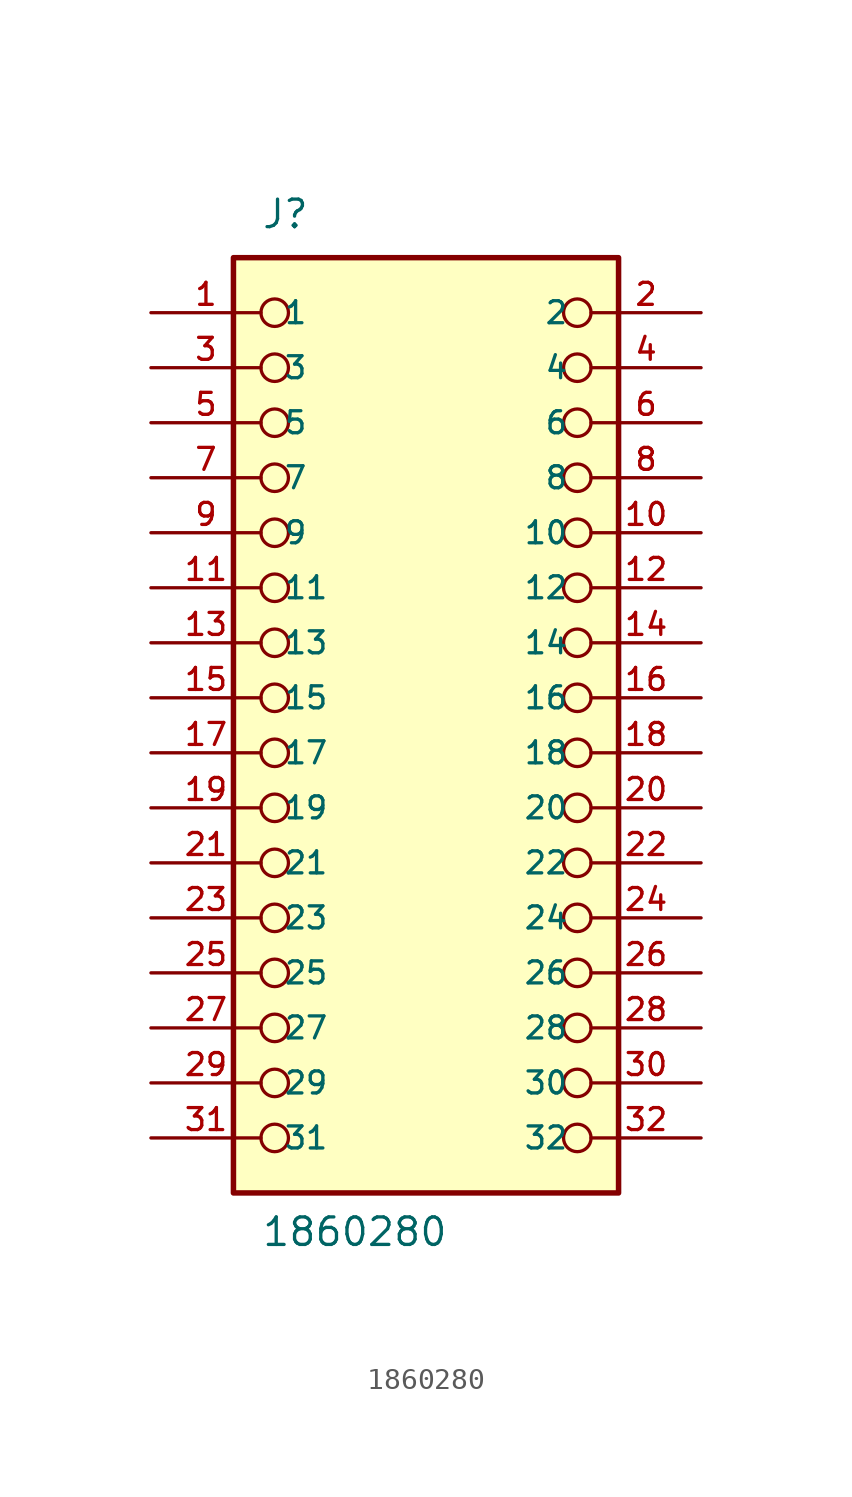
<source format=kicad_sym>
(kicad_symbol_lib
  (version 20211014)
  (generator kicad_symbol_editor)
  (symbol "1860280"
    (pin_names
      (offset 1.016))
    (property "Reference" "J"
      (at -7.62 21.59 0)
      (effects (font (size 1.27 1.27)) (justify bottom left)))
    (property "Value" "1860280"
      (at -7.62 -25.4 0)
      (effects (font (size 1.27 1.27)) (justify bottom left)))
    (symbol "1860280_0_0"
      (circle (center -6.985 17.78) (radius 0.635) (stroke (width 0.152)) (fill (type none)))
      (circle (center 6.985 17.78) (radius 0.635) (stroke (width 0.152)) (fill (type none)))
      (circle (center -6.985 15.24) (radius 0.635) (stroke (width 0.152)) (fill (type none)))
      (circle (center 6.985 15.24) (radius 0.635) (stroke (width 0.152)) (fill (type none)))
      (circle (center -6.985 12.7) (radius 0.635) (stroke (width 0.152)) (fill (type none)))
      (circle (center 6.985 12.7) (radius 0.635) (stroke (width 0.152)) (fill (type none)))
      (circle (center -6.985 10.16) (radius 0.635) (stroke (width 0.152)) (fill (type none)))
      (circle (center 6.985 10.16) (radius 0.635) (stroke (width 0.152)) (fill (type none)))
      (circle (center -6.985 7.62) (radius 0.635) (stroke (width 0.152)) (fill (type none)))
      (circle (center 6.985 7.62) (radius 0.635) (stroke (width 0.152)) (fill (type none)))
      (circle (center -6.985 5.08) (radius 0.635) (stroke (width 0.152)) (fill (type none)))
      (circle (center 6.985 5.08) (radius 0.635) (stroke (width 0.152)) (fill (type none)))
      (circle (center -6.985 2.54) (radius 0.635) (stroke (width 0.152)) (fill (type none)))
      (circle (center 6.985 2.54) (radius 0.635) (stroke (width 0.152)) (fill (type none)))
      (circle (center -6.985 0.0) (radius 0.635) (stroke (width 0.152)) (fill (type none)))
      (circle (center 6.985 0.0) (radius 0.635) (stroke (width 0.152)) (fill (type none)))
      (circle (center -6.985 -2.54) (radius 0.635) (stroke (width 0.152)) (fill (type none)))
      (circle (center 6.985 -2.54) (radius 0.635) (stroke (width 0.152)) (fill (type none)))
      (circle (center -6.985 -5.08) (radius 0.635) (stroke (width 0.152)) (fill (type none)))
      (circle (center 6.985 -5.08) (radius 0.635) (stroke (width 0.152)) (fill (type none)))
      (circle (center -6.985 -7.62) (radius 0.635) (stroke (width 0.152)) (fill (type none)))
      (circle (center 6.985 -7.62) (radius 0.635) (stroke (width 0.152)) (fill (type none)))
      (circle (center -6.985 -10.16) (radius 0.635) (stroke (width 0.152)) (fill (type none)))
      (circle (center 6.985 -10.16) (radius 0.635) (stroke (width 0.152)) (fill (type none)))
      (circle (center -6.985 -12.7) (radius 0.635) (stroke (width 0.152)) (fill (type none)))
      (circle (center 6.985 -12.7) (radius 0.635) (stroke (width 0.152)) (fill (type none)))
      (circle (center -6.985 -15.24) (radius 0.635) (stroke (width 0.152)) (fill (type none)))
      (circle (center 6.985 -15.24) (radius 0.635) (stroke (width 0.152)) (fill (type none)))
      (circle (center -6.985 -17.78) (radius 0.635) (stroke (width 0.152)) (fill (type none)))
      (circle (center 6.985 -17.78) (radius 0.635) (stroke (width 0.152)) (fill (type none)))
      (circle (center -6.985 -20.32) (radius 0.635) (stroke (width 0.152)) (fill (type none)))
      (circle (center 6.985 -20.32) (radius 0.635) (stroke (width 0.152)) (fill (type none)))
      (rectangle (start -8.89 -22.86) (end 8.89 20.32) (stroke (width 0.254)) (fill (type background)))
      (pin passive line (at -12.7 17.78 0) (length 5.08) (name "1" (effects (font (size 1.016 1.016)))) (number "1" (effects (font (size 1.016 1.016)))))
      (pin passive line (at 12.7 17.78 180.0) (length 5.08) (name "2" (effects (font (size 1.016 1.016)))) (number "2" (effects (font (size 1.016 1.016)))))
      (pin passive line (at -12.7 15.24 0) (length 5.08) (name "3" (effects (font (size 1.016 1.016)))) (number "3" (effects (font (size 1.016 1.016)))))
      (pin passive line (at 12.7 15.24 180.0) (length 5.08) (name "4" (effects (font (size 1.016 1.016)))) (number "4" (effects (font (size 1.016 1.016)))))
      (pin passive line (at -12.7 12.7 0) (length 5.08) (name "5" (effects (font (size 1.016 1.016)))) (number "5" (effects (font (size 1.016 1.016)))))
      (pin passive line (at 12.7 12.7 180.0) (length 5.08) (name "6" (effects (font (size 1.016 1.016)))) (number "6" (effects (font (size 1.016 1.016)))))
      (pin passive line (at -12.7 10.16 0) (length 5.08) (name "7" (effects (font (size 1.016 1.016)))) (number "7" (effects (font (size 1.016 1.016)))))
      (pin passive line (at 12.7 10.16 180.0) (length 5.08) (name "8" (effects (font (size 1.016 1.016)))) (number "8" (effects (font (size 1.016 1.016)))))
      (pin passive line (at -12.7 7.62 0) (length 5.08) (name "9" (effects (font (size 1.016 1.016)))) (number "9" (effects (font (size 1.016 1.016)))))
      (pin passive line (at 12.7 7.62 180.0) (length 5.08) (name "10" (effects (font (size 1.016 1.016)))) (number "10" (effects (font (size 1.016 1.016)))))
      (pin passive line (at -12.7 5.08 0) (length 5.08) (name "11" (effects (font (size 1.016 1.016)))) (number "11" (effects (font (size 1.016 1.016)))))
      (pin passive line (at 12.7 5.08 180.0) (length 5.08) (name "12" (effects (font (size 1.016 1.016)))) (number "12" (effects (font (size 1.016 1.016)))))
      (pin passive line (at -12.7 2.54 0) (length 5.08) (name "13" (effects (font (size 1.016 1.016)))) (number "13" (effects (font (size 1.016 1.016)))))
      (pin passive line (at 12.7 2.54 180.0) (length 5.08) (name "14" (effects (font (size 1.016 1.016)))) (number "14" (effects (font (size 1.016 1.016)))))
      (pin passive line (at -12.7 0.0 0) (length 5.08) (name "15" (effects (font (size 1.016 1.016)))) (number "15" (effects (font (size 1.016 1.016)))))
      (pin passive line (at 12.7 0.0 180.0) (length 5.08) (name "16" (effects (font (size 1.016 1.016)))) (number "16" (effects (font (size 1.016 1.016)))))
      (pin passive line (at -12.7 -2.54 0) (length 5.08) (name "17" (effects (font (size 1.016 1.016)))) (number "17" (effects (font (size 1.016 1.016)))))
      (pin passive line (at 12.7 -2.54 180.0) (length 5.08) (name "18" (effects (font (size 1.016 1.016)))) (number "18" (effects (font (size 1.016 1.016)))))
      (pin passive line (at -12.7 -5.08 0) (length 5.08) (name "19" (effects (font (size 1.016 1.016)))) (number "19" (effects (font (size 1.016 1.016)))))
      (pin passive line (at 12.7 -5.08 180.0) (length 5.08) (name "20" (effects (font (size 1.016 1.016)))) (number "20" (effects (font (size 1.016 1.016)))))
      (pin passive line (at -12.7 -7.62 0) (length 5.08) (name "21" (effects (font (size 1.016 1.016)))) (number "21" (effects (font (size 1.016 1.016)))))
      (pin passive line (at 12.7 -7.62 180.0) (length 5.08) (name "22" (effects (font (size 1.016 1.016)))) (number "22" (effects (font (size 1.016 1.016)))))
      (pin passive line (at -12.7 -10.16 0) (length 5.08) (name "23" (effects (font (size 1.016 1.016)))) (number "23" (effects (font (size 1.016 1.016)))))
      (pin passive line (at 12.7 -10.16 180.0) (length 5.08) (name "24" (effects (font (size 1.016 1.016)))) (number "24" (effects (font (size 1.016 1.016)))))
      (pin passive line (at -12.7 -12.7 0) (length 5.08) (name "25" (effects (font (size 1.016 1.016)))) (number "25" (effects (font (size 1.016 1.016)))))
      (pin passive line (at 12.7 -12.7 180.0) (length 5.08) (name "26" (effects (font (size 1.016 1.016)))) (number "26" (effects (font (size 1.016 1.016)))))
      (pin passive line (at -12.7 -15.24 0) (length 5.08) (name "27" (effects (font (size 1.016 1.016)))) (number "27" (effects (font (size 1.016 1.016)))))
      (pin passive line (at 12.7 -15.24 180.0) (length 5.08) (name "28" (effects (font (size 1.016 1.016)))) (number "28" (effects (font (size 1.016 1.016)))))
      (pin passive line (at -12.7 -17.78 0) (length 5.08) (name "29" (effects (font (size 1.016 1.016)))) (number "29" (effects (font (size 1.016 1.016)))))
      (pin passive line (at 12.7 -17.78 180.0) (length 5.08) (name "30" (effects (font (size 1.016 1.016)))) (number "30" (effects (font (size 1.016 1.016)))))
      (pin passive line (at -12.7 -20.32 0) (length 5.08) (name "31" (effects (font (size 1.016 1.016)))) (number "31" (effects (font (size 1.016 1.016)))))
      (pin passive line (at 12.7 -20.32 180.0) (length 5.08) (name "32" (effects (font (size 1.016 1.016)))) (number "32" (effects (font (size 1.016 1.016))))))))
</source>
